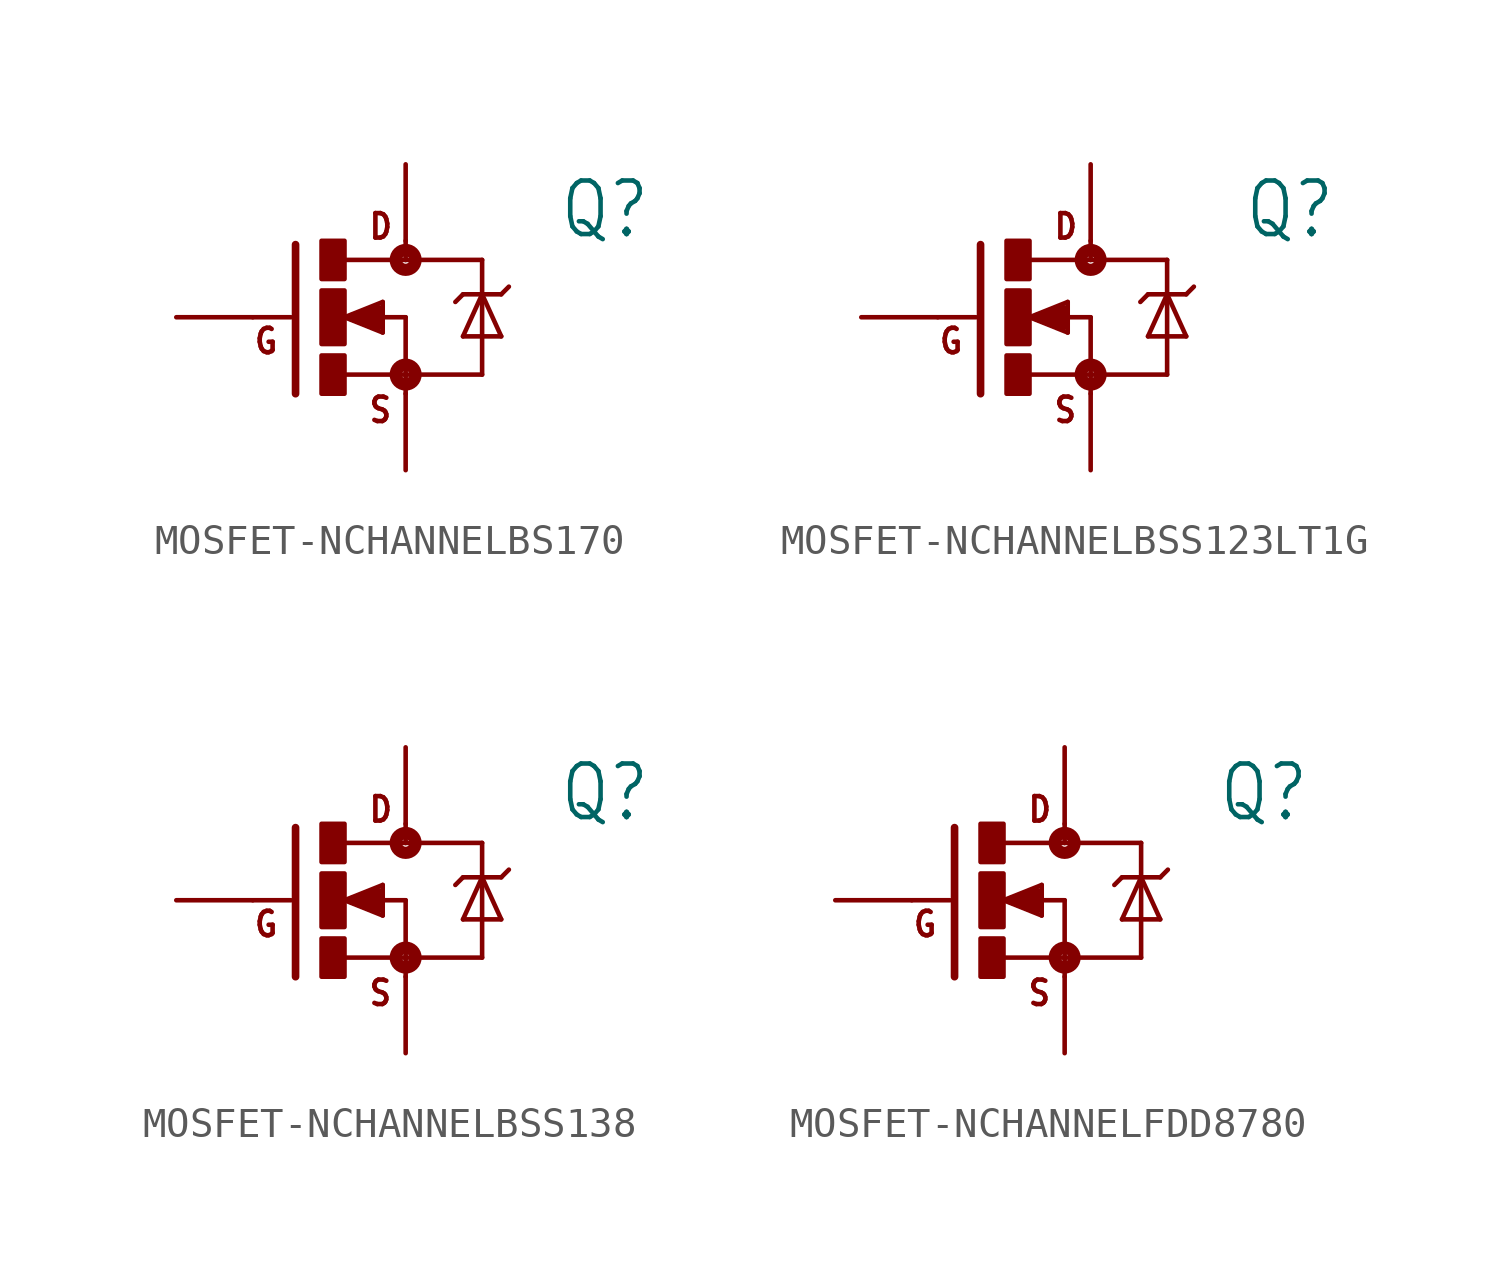
<source format=kicad_sym>
(kicad_symbol_lib
  (version 20220914)
  (generator kicad_symbol_editor)
  (symbol "MOSFET-NCHANNELBS170"
    (property "Reference" "Q"
      (at 5.08 2.54 0)
      (effects (font (size 1.778 1.511)) (justify left bottom)))
    (property "Value" ""
      (at 5.08 0 0)
      (effects (font (size 1.778 1.511)) (justify left bottom)))
    (property "ki_locked" ""
      (at 0 0 0)
      (effects (font (size 1.27 1.27))))
    (symbol "MOSFET-NCHANNELBS170_1_0"
      (rectangle (start -2.794 -2.54) (end -2.032 -1.27) (stroke (width 0) (type default)) (fill (type outline)))
      (rectangle (start -2.794 -0.889) (end -2.032 0.889) (stroke (width 0) (type default)) (fill (type outline)))
      (rectangle (start -2.794 1.27) (end -2.032 2.54) (stroke (width 0) (type default)) (fill (type outline)))
      (circle (center 0 -1.905) (radius 0.127) (stroke (width 0.406) (type solid)) (fill (type none)))
      (polyline (pts (xy -3.81 0) (xy -5.08 0)) (stroke (width 0.152) (type solid)) (fill (type none)))
      (polyline (pts (xy -3.658 2.413) (xy -3.658 -2.54)) (stroke (width 0.254) (type solid)) (fill (type none)))
      (polyline (pts (xy -2.032 -1.905) (xy 0 -1.905)) (stroke (width 0.152) (type solid)) (fill (type none)))
      (polyline (pts (xy -2.032 0) (xy -0.762 -0.508)) (stroke (width 0.152) (type solid)) (fill (type none)))
      (polyline (pts (xy -1.778 0) (xy -0.889 -0.254)) (stroke (width 0.305) (type solid)) (fill (type none)))
      (polyline (pts (xy -0.889 -0.254) (xy -0.889 0)) (stroke (width 0.305) (type solid)) (fill (type none)))
      (polyline (pts (xy -0.889 0) (xy -1.143 0)) (stroke (width 0.305) (type solid)) (fill (type none)))
      (polyline (pts (xy -0.889 0) (xy 0 0)) (stroke (width 0.152) (type solid)) (fill (type none)))
      (polyline (pts (xy -0.889 0.254) (xy -1.778 0)) (stroke (width 0.305) (type solid)) (fill (type none)))
      (polyline (pts (xy -0.762 -0.508) (xy -0.762 0.508)) (stroke (width 0.152) (type solid)) (fill (type none)))
      (polyline (pts (xy -0.762 0.508) (xy -2.032 0)) (stroke (width 0.152) (type solid)) (fill (type none)))
      (polyline (pts (xy 0 -1.905) (xy 0 -2.54)) (stroke (width 0.152) (type solid)) (fill (type none)))
      (polyline (pts (xy 0 0) (xy 0 -1.905)) (stroke (width 0.152) (type solid)) (fill (type none)))
      (polyline (pts (xy 0 1.905) (xy -2.007 1.905)) (stroke (width 0.152) (type solid)) (fill (type none)))
      (polyline (pts (xy 0 1.905) (xy 2.54 1.905)) (stroke (width 0.152) (type solid)) (fill (type none)))
      (polyline (pts (xy 0 2.54) (xy 0 1.905)) (stroke (width 0.152) (type solid)) (fill (type none)))
      (polyline (pts (xy 1.905 -0.635) (xy 3.175 -0.635)) (stroke (width 0.152) (type solid)) (fill (type none)))
      (polyline (pts (xy 1.905 0.762) (xy 1.651 0.508)) (stroke (width 0.152) (type solid)) (fill (type none)))
      (polyline (pts (xy 1.905 0.762) (xy 2.54 0.762)) (stroke (width 0.152) (type solid)) (fill (type none)))
      (polyline (pts (xy 2.54 -1.905) (xy 0 -1.905)) (stroke (width 0.152) (type solid)) (fill (type none)))
      (polyline (pts (xy 2.54 0.762) (xy 1.905 -0.635)) (stroke (width 0.152) (type solid)) (fill (type none)))
      (polyline (pts (xy 2.54 0.762) (xy 2.54 -1.905)) (stroke (width 0.152) (type solid)) (fill (type none)))
      (polyline (pts (xy 2.54 0.762) (xy 3.175 0.762)) (stroke (width 0.152) (type solid)) (fill (type none)))
      (polyline (pts (xy 2.54 1.905) (xy 2.54 0.762)) (stroke (width 0.152) (type solid)) (fill (type none)))
      (polyline (pts (xy 3.175 -0.635) (xy 2.54 0.762)) (stroke (width 0.152) (type solid)) (fill (type none)))
      (polyline (pts (xy 3.175 0.762) (xy 3.429 1.016)) (stroke (width 0.152) (type solid)) (fill (type none)))
      (circle (center 0 1.905) (radius 0.127) (stroke (width 0.406) (type solid)) (fill (type none)))
      (text "D" (at -1.27 2.54 0) (effects (font (size 0.813 0.691)) (justify left bottom)))
      (text "G" (at -5.08 -1.27 0) (effects (font (size 0.813 0.691)) (justify left bottom)))
      (text "S" (at -1.27 -3.556 0) (effects (font (size 0.813 0.691)) (justify left bottom)))
      (pin passive line (at 0 5.08 270) (length 2.54) (name "D" (effects (font (size 0 0)))) (number "1" (effects (font (size 0 0)))))
      (pin passive line (at -7.62 0 0) (length 2.54) (name "G" (effects (font (size 0 0)))) (number "2" (effects (font (size 0 0)))))
      (pin passive line (at 0 -5.08 90) (length 2.54) (name "S" (effects (font (size 0 0)))) (number "3" (effects (font (size 0 0)))))))
  (symbol "MOSFET-NCHANNELBSS123LT1G"
    (property "Reference" "Q"
      (at 5.08 2.54 0)
      (effects (font (size 1.778 1.511)) (justify left bottom)))
    (property "Value" ""
      (at 5.08 0 0)
      (effects (font (size 1.778 1.511)) (justify left bottom)))
    (property "ki_locked" ""
      (at 0 0 0)
      (effects (font (size 1.27 1.27))))
    (symbol "MOSFET-NCHANNELBSS123LT1G_1_0"
      (rectangle (start -2.794 -2.54) (end -2.032 -1.27) (stroke (width 0) (type default)) (fill (type outline)))
      (rectangle (start -2.794 -0.889) (end -2.032 0.889) (stroke (width 0) (type default)) (fill (type outline)))
      (rectangle (start -2.794 1.27) (end -2.032 2.54) (stroke (width 0) (type default)) (fill (type outline)))
      (circle (center 0 -1.905) (radius 0.127) (stroke (width 0.406) (type solid)) (fill (type none)))
      (polyline (pts (xy -3.81 0) (xy -5.08 0)) (stroke (width 0.152) (type solid)) (fill (type none)))
      (polyline (pts (xy -3.658 2.413) (xy -3.658 -2.54)) (stroke (width 0.254) (type solid)) (fill (type none)))
      (polyline (pts (xy -2.032 -1.905) (xy 0 -1.905)) (stroke (width 0.152) (type solid)) (fill (type none)))
      (polyline (pts (xy -2.032 0) (xy -0.762 -0.508)) (stroke (width 0.152) (type solid)) (fill (type none)))
      (polyline (pts (xy -1.778 0) (xy -0.889 -0.254)) (stroke (width 0.305) (type solid)) (fill (type none)))
      (polyline (pts (xy -0.889 -0.254) (xy -0.889 0)) (stroke (width 0.305) (type solid)) (fill (type none)))
      (polyline (pts (xy -0.889 0) (xy -1.143 0)) (stroke (width 0.305) (type solid)) (fill (type none)))
      (polyline (pts (xy -0.889 0) (xy 0 0)) (stroke (width 0.152) (type solid)) (fill (type none)))
      (polyline (pts (xy -0.889 0.254) (xy -1.778 0)) (stroke (width 0.305) (type solid)) (fill (type none)))
      (polyline (pts (xy -0.762 -0.508) (xy -0.762 0.508)) (stroke (width 0.152) (type solid)) (fill (type none)))
      (polyline (pts (xy -0.762 0.508) (xy -2.032 0)) (stroke (width 0.152) (type solid)) (fill (type none)))
      (polyline (pts (xy 0 -1.905) (xy 0 -2.54)) (stroke (width 0.152) (type solid)) (fill (type none)))
      (polyline (pts (xy 0 0) (xy 0 -1.905)) (stroke (width 0.152) (type solid)) (fill (type none)))
      (polyline (pts (xy 0 1.905) (xy -2.007 1.905)) (stroke (width 0.152) (type solid)) (fill (type none)))
      (polyline (pts (xy 0 1.905) (xy 2.54 1.905)) (stroke (width 0.152) (type solid)) (fill (type none)))
      (polyline (pts (xy 0 2.54) (xy 0 1.905)) (stroke (width 0.152) (type solid)) (fill (type none)))
      (polyline (pts (xy 1.905 -0.635) (xy 3.175 -0.635)) (stroke (width 0.152) (type solid)) (fill (type none)))
      (polyline (pts (xy 1.905 0.762) (xy 1.651 0.508)) (stroke (width 0.152) (type solid)) (fill (type none)))
      (polyline (pts (xy 1.905 0.762) (xy 2.54 0.762)) (stroke (width 0.152) (type solid)) (fill (type none)))
      (polyline (pts (xy 2.54 -1.905) (xy 0 -1.905)) (stroke (width 0.152) (type solid)) (fill (type none)))
      (polyline (pts (xy 2.54 0.762) (xy 1.905 -0.635)) (stroke (width 0.152) (type solid)) (fill (type none)))
      (polyline (pts (xy 2.54 0.762) (xy 2.54 -1.905)) (stroke (width 0.152) (type solid)) (fill (type none)))
      (polyline (pts (xy 2.54 0.762) (xy 3.175 0.762)) (stroke (width 0.152) (type solid)) (fill (type none)))
      (polyline (pts (xy 2.54 1.905) (xy 2.54 0.762)) (stroke (width 0.152) (type solid)) (fill (type none)))
      (polyline (pts (xy 3.175 -0.635) (xy 2.54 0.762)) (stroke (width 0.152) (type solid)) (fill (type none)))
      (polyline (pts (xy 3.175 0.762) (xy 3.429 1.016)) (stroke (width 0.152) (type solid)) (fill (type none)))
      (circle (center 0 1.905) (radius 0.127) (stroke (width 0.406) (type solid)) (fill (type none)))
      (text "D" (at -1.27 2.54 0) (effects (font (size 0.813 0.691)) (justify left bottom)))
      (text "G" (at -5.08 -1.27 0) (effects (font (size 0.813 0.691)) (justify left bottom)))
      (text "S" (at -1.27 -3.556 0) (effects (font (size 0.813 0.691)) (justify left bottom)))
      (pin passive line (at -7.62 0 0) (length 2.54) (name "G" (effects (font (size 0 0)))) (number "1" (effects (font (size 0 0)))))
      (pin passive line (at 0 -5.08 90) (length 2.54) (name "S" (effects (font (size 0 0)))) (number "2" (effects (font (size 0 0)))))
      (pin passive line (at 0 5.08 270) (length 2.54) (name "D" (effects (font (size 0 0)))) (number "3" (effects (font (size 0 0)))))))
  (symbol "MOSFET-NCHANNELBSS138"
    (property "Reference" "Q"
      (at 5.08 2.54 0)
      (effects (font (size 1.778 1.511)) (justify left bottom)))
    (property "Value" ""
      (at 5.08 0 0)
      (effects (font (size 1.778 1.511)) (justify left bottom)))
    (property "ki_locked" ""
      (at 0 0 0)
      (effects (font (size 1.27 1.27))))
    (symbol "MOSFET-NCHANNELBSS138_1_0"
      (rectangle (start -2.794 -2.54) (end -2.032 -1.27) (stroke (width 0) (type default)) (fill (type outline)))
      (rectangle (start -2.794 -0.889) (end -2.032 0.889) (stroke (width 0) (type default)) (fill (type outline)))
      (rectangle (start -2.794 1.27) (end -2.032 2.54) (stroke (width 0) (type default)) (fill (type outline)))
      (circle (center 0 -1.905) (radius 0.127) (stroke (width 0.406) (type solid)) (fill (type none)))
      (polyline (pts (xy -3.81 0) (xy -5.08 0)) (stroke (width 0.152) (type solid)) (fill (type none)))
      (polyline (pts (xy -3.658 2.413) (xy -3.658 -2.54)) (stroke (width 0.254) (type solid)) (fill (type none)))
      (polyline (pts (xy -2.032 -1.905) (xy 0 -1.905)) (stroke (width 0.152) (type solid)) (fill (type none)))
      (polyline (pts (xy -2.032 0) (xy -0.762 -0.508)) (stroke (width 0.152) (type solid)) (fill (type none)))
      (polyline (pts (xy -1.778 0) (xy -0.889 -0.254)) (stroke (width 0.305) (type solid)) (fill (type none)))
      (polyline (pts (xy -0.889 -0.254) (xy -0.889 0)) (stroke (width 0.305) (type solid)) (fill (type none)))
      (polyline (pts (xy -0.889 0) (xy -1.143 0)) (stroke (width 0.305) (type solid)) (fill (type none)))
      (polyline (pts (xy -0.889 0) (xy 0 0)) (stroke (width 0.152) (type solid)) (fill (type none)))
      (polyline (pts (xy -0.889 0.254) (xy -1.778 0)) (stroke (width 0.305) (type solid)) (fill (type none)))
      (polyline (pts (xy -0.762 -0.508) (xy -0.762 0.508)) (stroke (width 0.152) (type solid)) (fill (type none)))
      (polyline (pts (xy -0.762 0.508) (xy -2.032 0)) (stroke (width 0.152) (type solid)) (fill (type none)))
      (polyline (pts (xy 0 -1.905) (xy 0 -2.54)) (stroke (width 0.152) (type solid)) (fill (type none)))
      (polyline (pts (xy 0 0) (xy 0 -1.905)) (stroke (width 0.152) (type solid)) (fill (type none)))
      (polyline (pts (xy 0 1.905) (xy -2.007 1.905)) (stroke (width 0.152) (type solid)) (fill (type none)))
      (polyline (pts (xy 0 1.905) (xy 2.54 1.905)) (stroke (width 0.152) (type solid)) (fill (type none)))
      (polyline (pts (xy 0 2.54) (xy 0 1.905)) (stroke (width 0.152) (type solid)) (fill (type none)))
      (polyline (pts (xy 1.905 -0.635) (xy 3.175 -0.635)) (stroke (width 0.152) (type solid)) (fill (type none)))
      (polyline (pts (xy 1.905 0.762) (xy 1.651 0.508)) (stroke (width 0.152) (type solid)) (fill (type none)))
      (polyline (pts (xy 1.905 0.762) (xy 2.54 0.762)) (stroke (width 0.152) (type solid)) (fill (type none)))
      (polyline (pts (xy 2.54 -1.905) (xy 0 -1.905)) (stroke (width 0.152) (type solid)) (fill (type none)))
      (polyline (pts (xy 2.54 0.762) (xy 1.905 -0.635)) (stroke (width 0.152) (type solid)) (fill (type none)))
      (polyline (pts (xy 2.54 0.762) (xy 2.54 -1.905)) (stroke (width 0.152) (type solid)) (fill (type none)))
      (polyline (pts (xy 2.54 0.762) (xy 3.175 0.762)) (stroke (width 0.152) (type solid)) (fill (type none)))
      (polyline (pts (xy 2.54 1.905) (xy 2.54 0.762)) (stroke (width 0.152) (type solid)) (fill (type none)))
      (polyline (pts (xy 3.175 -0.635) (xy 2.54 0.762)) (stroke (width 0.152) (type solid)) (fill (type none)))
      (polyline (pts (xy 3.175 0.762) (xy 3.429 1.016)) (stroke (width 0.152) (type solid)) (fill (type none)))
      (circle (center 0 1.905) (radius 0.127) (stroke (width 0.406) (type solid)) (fill (type none)))
      (text "D" (at -1.27 2.54 0) (effects (font (size 0.813 0.691)) (justify left bottom)))
      (text "G" (at -5.08 -1.27 0) (effects (font (size 0.813 0.691)) (justify left bottom)))
      (text "S" (at -1.27 -3.556 0) (effects (font (size 0.813 0.691)) (justify left bottom)))
      (pin passive line (at -7.62 0 0) (length 2.54) (name "G" (effects (font (size 0 0)))) (number "1" (effects (font (size 0 0)))))
      (pin passive line (at 0 -5.08 90) (length 2.54) (name "S" (effects (font (size 0 0)))) (number "2" (effects (font (size 0 0)))))
      (pin passive line (at 0 5.08 270) (length 2.54) (name "D" (effects (font (size 0 0)))) (number "3" (effects (font (size 0 0)))))))
  (symbol "MOSFET-NCHANNELFDD8780"
    (property "Reference" "Q"
      (at 5.08 2.54 0)
      (effects (font (size 1.778 1.511)) (justify left bottom)))
    (property "Value" ""
      (at 5.08 0 0)
      (effects (font (size 1.778 1.511)) (justify left bottom)))
    (property "ki_locked" ""
      (at 0 0 0)
      (effects (font (size 1.27 1.27))))
    (symbol "MOSFET-NCHANNELFDD8780_1_0"
      (rectangle (start -2.794 -2.54) (end -2.032 -1.27) (stroke (width 0) (type default)) (fill (type outline)))
      (rectangle (start -2.794 -0.889) (end -2.032 0.889) (stroke (width 0) (type default)) (fill (type outline)))
      (rectangle (start -2.794 1.27) (end -2.032 2.54) (stroke (width 0) (type default)) (fill (type outline)))
      (circle (center 0 -1.905) (radius 0.127) (stroke (width 0.406) (type solid)) (fill (type none)))
      (polyline (pts (xy -3.81 0) (xy -5.08 0)) (stroke (width 0.152) (type solid)) (fill (type none)))
      (polyline (pts (xy -3.658 2.413) (xy -3.658 -2.54)) (stroke (width 0.254) (type solid)) (fill (type none)))
      (polyline (pts (xy -2.032 -1.905) (xy 0 -1.905)) (stroke (width 0.152) (type solid)) (fill (type none)))
      (polyline (pts (xy -2.032 0) (xy -0.762 -0.508)) (stroke (width 0.152) (type solid)) (fill (type none)))
      (polyline (pts (xy -1.778 0) (xy -0.889 -0.254)) (stroke (width 0.305) (type solid)) (fill (type none)))
      (polyline (pts (xy -0.889 -0.254) (xy -0.889 0)) (stroke (width 0.305) (type solid)) (fill (type none)))
      (polyline (pts (xy -0.889 0) (xy -1.143 0)) (stroke (width 0.305) (type solid)) (fill (type none)))
      (polyline (pts (xy -0.889 0) (xy 0 0)) (stroke (width 0.152) (type solid)) (fill (type none)))
      (polyline (pts (xy -0.889 0.254) (xy -1.778 0)) (stroke (width 0.305) (type solid)) (fill (type none)))
      (polyline (pts (xy -0.762 -0.508) (xy -0.762 0.508)) (stroke (width 0.152) (type solid)) (fill (type none)))
      (polyline (pts (xy -0.762 0.508) (xy -2.032 0)) (stroke (width 0.152) (type solid)) (fill (type none)))
      (polyline (pts (xy 0 -1.905) (xy 0 -2.54)) (stroke (width 0.152) (type solid)) (fill (type none)))
      (polyline (pts (xy 0 0) (xy 0 -1.905)) (stroke (width 0.152) (type solid)) (fill (type none)))
      (polyline (pts (xy 0 1.905) (xy -2.007 1.905)) (stroke (width 0.152) (type solid)) (fill (type none)))
      (polyline (pts (xy 0 1.905) (xy 2.54 1.905)) (stroke (width 0.152) (type solid)) (fill (type none)))
      (polyline (pts (xy 0 2.54) (xy 0 1.905)) (stroke (width 0.152) (type solid)) (fill (type none)))
      (polyline (pts (xy 1.905 -0.635) (xy 3.175 -0.635)) (stroke (width 0.152) (type solid)) (fill (type none)))
      (polyline (pts (xy 1.905 0.762) (xy 1.651 0.508)) (stroke (width 0.152) (type solid)) (fill (type none)))
      (polyline (pts (xy 1.905 0.762) (xy 2.54 0.762)) (stroke (width 0.152) (type solid)) (fill (type none)))
      (polyline (pts (xy 2.54 -1.905) (xy 0 -1.905)) (stroke (width 0.152) (type solid)) (fill (type none)))
      (polyline (pts (xy 2.54 0.762) (xy 1.905 -0.635)) (stroke (width 0.152) (type solid)) (fill (type none)))
      (polyline (pts (xy 2.54 0.762) (xy 2.54 -1.905)) (stroke (width 0.152) (type solid)) (fill (type none)))
      (polyline (pts (xy 2.54 0.762) (xy 3.175 0.762)) (stroke (width 0.152) (type solid)) (fill (type none)))
      (polyline (pts (xy 2.54 1.905) (xy 2.54 0.762)) (stroke (width 0.152) (type solid)) (fill (type none)))
      (polyline (pts (xy 3.175 -0.635) (xy 2.54 0.762)) (stroke (width 0.152) (type solid)) (fill (type none)))
      (polyline (pts (xy 3.175 0.762) (xy 3.429 1.016)) (stroke (width 0.152) (type solid)) (fill (type none)))
      (circle (center 0 1.905) (radius 0.127) (stroke (width 0.406) (type solid)) (fill (type none)))
      (text "D" (at -1.27 2.54 0) (effects (font (size 0.813 0.691)) (justify left bottom)))
      (text "G" (at -5.08 -1.27 0) (effects (font (size 0.813 0.691)) (justify left bottom)))
      (text "S" (at -1.27 -3.556 0) (effects (font (size 0.813 0.691)) (justify left bottom)))
      (pin passive line (at -7.62 0 0) (length 2.54) (name "G" (effects (font (size 0 0)))) (number "1" (effects (font (size 0 0)))))
      (pin passive line (at 0 -5.08 90) (length 2.54) (name "S" (effects (font (size 0 0)))) (number "3" (effects (font (size 0 0)))))
      (pin passive line (at 0 5.08 270) (length 2.54) (name "D" (effects (font (size 0 0)))) (number "4" (effects (font (size 0 0))))))))
</source>
